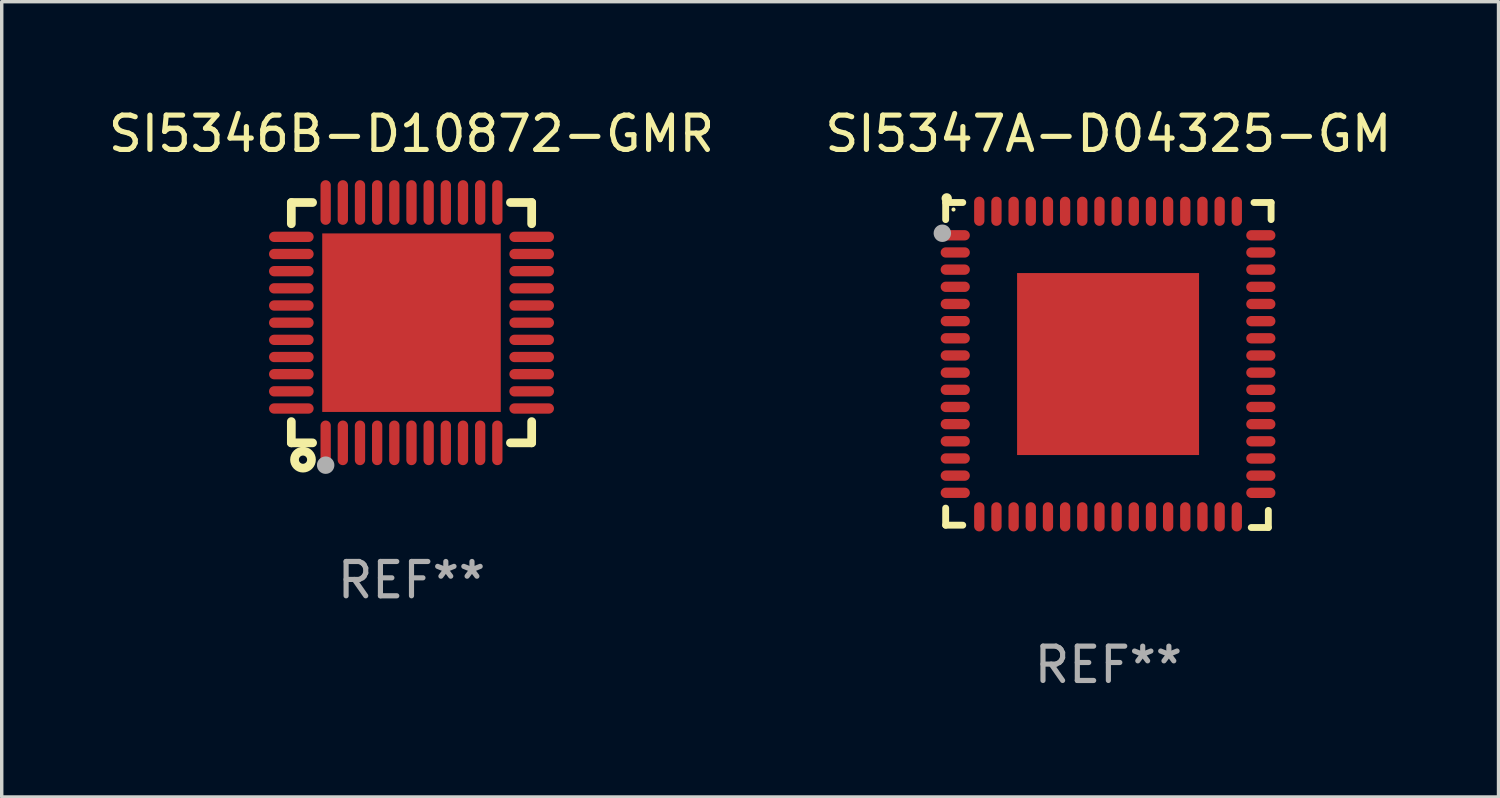
<source format=kicad_pcb>
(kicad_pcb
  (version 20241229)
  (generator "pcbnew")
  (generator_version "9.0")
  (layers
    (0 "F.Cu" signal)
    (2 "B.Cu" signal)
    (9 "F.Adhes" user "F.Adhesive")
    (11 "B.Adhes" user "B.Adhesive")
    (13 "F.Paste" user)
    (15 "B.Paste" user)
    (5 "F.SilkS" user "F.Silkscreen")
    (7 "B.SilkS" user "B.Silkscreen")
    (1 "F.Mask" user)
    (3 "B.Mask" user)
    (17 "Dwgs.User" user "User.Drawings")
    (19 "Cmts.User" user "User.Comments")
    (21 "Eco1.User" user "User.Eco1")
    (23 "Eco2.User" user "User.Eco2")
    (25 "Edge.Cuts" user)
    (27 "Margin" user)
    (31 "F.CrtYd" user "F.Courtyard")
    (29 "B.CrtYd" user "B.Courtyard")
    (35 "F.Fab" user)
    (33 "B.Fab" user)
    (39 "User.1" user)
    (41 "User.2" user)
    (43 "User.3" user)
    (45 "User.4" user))
  (footprint "SI5346B-D10872-GMR"
    (layer "F.Cu")
    (at 8.935 6.348)
    (property "Reference" "SI5346B-D10872-GMR" (at 0 -5.5 0) (layer "F.SilkS") (effects (font (size 1 1) (thickness 0.15))))
    (attr through_hole)
    (fp_line (start -3.5 -3.5) (end -2.881 -3.5) (stroke (width 0.254) (type solid)) (layer "F.SilkS"))
    (fp_line (start -3.5 -2.881) (end -3.5 -3.5) (stroke (width 0.254) (type solid)) (layer "F.SilkS"))
    (fp_line (start -3.5 3.5) (end -3.5 2.881) (stroke (width 0.254) (type solid)) (layer "F.SilkS"))
    (fp_line (start -2.881 3.5) (end -3.5 3.5) (stroke (width 0.254) (type solid)) (layer "F.SilkS"))
    (fp_line (start 2.881 -3.5) (end 3.5 -3.5) (stroke (width 0.254) (type solid)) (layer "F.SilkS"))
    (fp_line (start 3.5 -3.5) (end 3.5 -2.881) (stroke (width 0.254) (type solid)) (layer "F.SilkS"))
    (fp_line (start 3.5 2.881) (end 3.5 3.5) (stroke (width 0.254) (type solid)) (layer "F.SilkS"))
    (fp_line (start 3.5 3.5) (end 2.881 3.5) (stroke (width 0.254) (type solid)) (layer "F.SilkS"))
    (fp_circle (center -3.5 3.5) (end -3.47 3.5) (stroke (width 0.06) (type solid)) (fill no) (layer "F.SilkS"))
    (fp_circle (center -3.16 3.99) (end -3.04 3.99) (stroke (width 0.254) (type solid)) (fill no) (layer "F.SilkS"))
    (fp_circle (center -2.5 4.15) (end -2.373 4.15) (stroke (width 0.254) (type solid)) (fill no) (layer "F.Fab"))
    (fp_text user "REF**" (at 0 7.5 0) (layer "F.Fab") (effects (font (size 1 1) (thickness 0.15))))
    (pad "1" smd oval (at -2.5 3.5 90) (size 1.3 0.3) (layers "F.Cu" "F.Mask" "F.Paste"))
    (pad "2" smd oval (at -2 3.5 90) (size 1.3 0.3) (layers "F.Cu" "F.Mask" "F.Paste"))
    (pad "3" smd oval (at -1.5 3.5 90) (size 1.3 0.3) (layers "F.Cu" "F.Mask" "F.Paste"))
    (pad "4" smd oval (at -1 3.5 90) (size 1.3 0.3) (layers "F.Cu" "F.Mask" "F.Paste"))
    (pad "5" smd oval (at -0.5 3.5 90) (size 1.3 0.3) (layers "F.Cu" "F.Mask" "F.Paste"))
    (pad "6" smd oval (at -0.000127 3.5 90) (size 1.3 0.3) (layers "F.Cu" "F.Mask" "F.Paste"))
    (pad "7" smd oval (at 0.5 3.5 90) (size 1.3 0.3) (layers "F.Cu" "F.Mask" "F.Paste"))
    (pad "8" smd oval (at 1 3.5 90) (size 1.3 0.3) (layers "F.Cu" "F.Mask" "F.Paste"))
    (pad "9" smd oval (at 1.5 3.5 90) (size 1.3 0.3) (layers "F.Cu" "F.Mask" "F.Paste"))
    (pad "10" smd oval (at 2 3.5 90) (size 1.3 0.3) (layers "F.Cu" "F.Mask" "F.Paste"))
    (pad "11" smd oval (at 2.5 3.5 90) (size 1.3 0.3) (layers "F.Cu" "F.Mask" "F.Paste"))
    (pad "12" smd oval (at 3.5 2.5 90) (size 0.3 1.3) (layers "F.Cu" "F.Mask" "F.Paste"))
    (pad "13" smd oval (at 3.5 2 90) (size 0.3 1.3) (layers "F.Cu" "F.Mask" "F.Paste"))
    (pad "14" smd oval (at 3.5 1.5 90) (size 0.3 1.3) (layers "F.Cu" "F.Mask" "F.Paste"))
    (pad "15" smd oval (at 3.5 1 90) (size 0.3 1.3) (layers "F.Cu" "F.Mask" "F.Paste"))
    (pad "16" smd oval (at 3.5 0.5 90) (size 0.3 1.3) (layers "F.Cu" "F.Mask" "F.Paste"))
    (pad "17" smd oval (at 3.5 0.000127 90) (size 0.3 1.3) (layers "F.Cu" "F.Mask" "F.Paste"))
    (pad "18" smd oval (at 3.5 -0.5 90) (size 0.3 1.3) (layers "F.Cu" "F.Mask" "F.Paste"))
    (pad "19" smd oval (at 3.5 -1 90) (size 0.3 1.3) (layers "F.Cu" "F.Mask" "F.Paste"))
    (pad "20" smd oval (at 3.5 -1.5 90) (size 0.3 1.3) (layers "F.Cu" "F.Mask" "F.Paste"))
    (pad "21" smd oval (at 3.5 -2 90) (size 0.3 1.3) (layers "F.Cu" "F.Mask" "F.Paste"))
    (pad "22" smd oval (at 3.5 -2.5 90) (size 0.3 1.3) (layers "F.Cu" "F.Mask" "F.Paste"))
    (pad "23" smd oval (at 2.5 -3.5 90) (size 1.3 0.3) (layers "F.Cu" "F.Mask" "F.Paste"))
    (pad "24" smd oval (at 2 -3.5 90) (size 1.3 0.3) (layers "F.Cu" "F.Mask" "F.Paste"))
    (pad "25" smd oval (at 1.5 -3.5 90) (size 1.3 0.3) (layers "F.Cu" "F.Mask" "F.Paste"))
    (pad "26" smd oval (at 1 -3.5 90) (size 1.3 0.3) (layers "F.Cu" "F.Mask" "F.Paste"))
    (pad "27" smd oval (at 0.5 -3.5 90) (size 1.3 0.3) (layers "F.Cu" "F.Mask" "F.Paste"))
    (pad "28" smd oval (at -0.000127 -3.5 90) (size 1.3 0.3) (layers "F.Cu" "F.Mask" "F.Paste"))
    (pad "29" smd oval (at -0.5 -3.5 90) (size 1.3 0.3) (layers "F.Cu" "F.Mask" "F.Paste"))
    (pad "30" smd oval (at -1 -3.5 90) (size 1.3 0.3) (layers "F.Cu" "F.Mask" "F.Paste"))
    (pad "31" smd oval (at -1.5 -3.5 90) (size 1.3 0.3) (layers "F.Cu" "F.Mask" "F.Paste"))
    (pad "32" smd oval (at -2 -3.5 90) (size 1.3 0.3) (layers "F.Cu" "F.Mask" "F.Paste"))
    (pad "33" smd oval (at -2.5 -3.5 90) (size 1.3 0.3) (layers "F.Cu" "F.Mask" "F.Paste"))
    (pad "34" smd oval (at -3.5 -2.5 90) (size 0.3 1.3) (layers "F.Cu" "F.Mask" "F.Paste"))
    (pad "35" smd oval (at -3.5 -2 90) (size 0.3 1.3) (layers "F.Cu" "F.Mask" "F.Paste"))
    (pad "36" smd oval (at -3.5 -1.5 90) (size 0.3 1.3) (layers "F.Cu" "F.Mask" "F.Paste"))
    (pad "37" smd oval (at -3.5 -1 90) (size 0.3 1.3) (layers "F.Cu" "F.Mask" "F.Paste"))
    (pad "38" smd oval (at -3.5 -0.5 90) (size 0.3 1.3) (layers "F.Cu" "F.Mask" "F.Paste"))
    (pad "39" smd oval (at -3.5 0.000127 90) (size 0.3 1.3) (layers "F.Cu" "F.Mask" "F.Paste"))
    (pad "40" smd oval (at -3.5 0.5 90) (size 0.3 1.3) (layers "F.Cu" "F.Mask" "F.Paste"))
    (pad "41" smd oval (at -3.5 1 90) (size 0.3 1.3) (layers "F.Cu" "F.Mask" "F.Paste"))
    (pad "42" smd oval (at -3.5 1.5 90) (size 0.3 1.3) (layers "F.Cu" "F.Mask" "F.Paste"))
    (pad "43" smd oval (at -3.5 2 90) (size 0.3 1.3) (layers "F.Cu" "F.Mask" "F.Paste"))
    (pad "44" smd oval (at -3.5 2.5 90) (size 0.3 1.3) (layers "F.Cu" "F.Mask" "F.Paste"))
    (pad "45" smd rect (at -0.000127 0.000127 90) (size 5.2 5.2) (layers "F.Cu" "F.Mask" "F.Paste")))
  (footprint "SI5347A-D04325-GM"
    (layer "F.Cu")
    (at 29.232 7.581)
    (property "Reference" "SI5347A-D04325-GM" (at 0 -6.733 0) (layer "F.SilkS") (effects (font (size 1 1) (thickness 0.15))))
    (attr through_hole)
    (fp_line (start -4.739 -4.733) (end -4.241 -4.733) (stroke (width 0.2) (type solid)) (layer "F.SilkS"))
    (fp_line (start -4.739 -4.235) (end -4.739 -4.733) (stroke (width 0.2) (type solid)) (layer "F.SilkS"))
    (fp_line (start -4.739 4.168) (end -4.739 4.665) (stroke (width 0.2) (type solid)) (layer "F.SilkS"))
    (fp_line (start -4.739 4.665) (end -4.241 4.665) (stroke (width 0.2) (type solid)) (layer "F.SilkS"))
    (fp_line (start 4.161 4.733) (end 4.659 4.733) (stroke (width 0.2) (type solid)) (layer "F.SilkS"))
    (fp_line (start 4.241 -4.733) (end 4.739 -4.733) (stroke (width 0.2) (type solid)) (layer "F.SilkS"))
    (fp_line (start 4.659 4.733) (end 4.659 4.235) (stroke (width 0.2) (type solid)) (layer "F.SilkS"))
    (fp_line (start 4.739 -4.733) (end 4.739 -4.235) (stroke (width 0.2) (type solid)) (layer "F.SilkS"))
    (fp_arc (start -4.708623 -4.85108) (mid -4.708628 -4.85235) (end -4.708623 -4.85362) (stroke (width 0.3) (type solid)) (layer "F.SilkS"))
    (fp_circle (center -4.511 -4.529) (end -4.481 -4.529) (stroke (width 0.06) (type solid)) (fill no) (layer "F.SilkS"))
    (fp_circle (center -4.836 -3.838) (end -4.709 -3.838) (stroke (width 0.254) (type solid)) (fill no) (layer "F.Fab"))
    (fp_text user "REF**" (at 0 8.733 0) (layer "F.Fab") (effects (font (size 1 1) (thickness 0.15))))
    (pad "1" smd oval (at -4.46 -3.778) (size 0.85 0.3) (layers "F.Cu" "F.Mask" "F.Paste"))
    (pad "2" smd oval (at -4.46 -3.278) (size 0.85 0.3) (layers "F.Cu" "F.Mask" "F.Paste"))
    (pad "3" smd oval (at -4.46 -2.778) (size 0.85 0.3) (layers "F.Cu" "F.Mask" "F.Paste"))
    (pad "4" smd oval (at -4.46 -2.278) (size 0.85 0.3) (layers "F.Cu" "F.Mask" "F.Paste"))
    (pad "5" smd oval (at -4.46 -1.778) (size 0.85 0.3) (layers "F.Cu" "F.Mask" "F.Paste"))
    (pad "6" smd oval (at -4.46 -1.278) (size 0.85 0.3) (layers "F.Cu" "F.Mask" "F.Paste"))
    (pad "7" smd oval (at -4.46 -0.778) (size 0.85 0.3) (layers "F.Cu" "F.Mask" "F.Paste"))
    (pad "8" smd oval (at -4.46 -0.278) (size 0.85 0.3) (layers "F.Cu" "F.Mask" "F.Paste"))
    (pad "9" smd oval (at -4.46 0.222) (size 0.85 0.3) (layers "F.Cu" "F.Mask" "F.Paste"))
    (pad "10" smd oval (at -4.46 0.722) (size 0.85 0.3) (layers "F.Cu" "F.Mask" "F.Paste"))
    (pad "11" smd oval (at -4.46 1.222) (size 0.85 0.3) (layers "F.Cu" "F.Mask" "F.Paste"))
    (pad "12" smd oval (at -4.46 1.722) (size 0.85 0.3) (layers "F.Cu" "F.Mask" "F.Paste"))
    (pad "13" smd oval (at -4.46 2.222) (size 0.85 0.3) (layers "F.Cu" "F.Mask" "F.Paste"))
    (pad "14" smd oval (at -4.46 2.722) (size 0.85 0.3) (layers "F.Cu" "F.Mask" "F.Paste"))
    (pad "15" smd oval (at -4.46 3.222) (size 0.85 0.3) (layers "F.Cu" "F.Mask" "F.Paste"))
    (pad "16" smd oval (at -4.46 3.722) (size 0.85 0.3) (layers "F.Cu" "F.Mask" "F.Paste"))
    (pad "17" smd oval (at -3.76 4.422) (size 0.3 0.85) (layers "F.Cu" "F.Mask" "F.Paste"))
    (pad "18" smd oval (at -3.26 4.422) (size 0.3 0.85) (layers "F.Cu" "F.Mask" "F.Paste"))
    (pad "19" smd oval (at -2.76 4.422) (size 0.3 0.85) (layers "F.Cu" "F.Mask" "F.Paste"))
    (pad "20" smd oval (at -2.26 4.422) (size 0.3 0.85) (layers "F.Cu" "F.Mask" "F.Paste"))
    (pad "21" smd oval (at -1.76 4.422) (size 0.3 0.85) (layers "F.Cu" "F.Mask" "F.Paste"))
    (pad "22" smd oval (at -1.26 4.422) (size 0.3 0.85) (layers "F.Cu" "F.Mask" "F.Paste"))
    (pad "23" smd oval (at -0.76 4.422) (size 0.3 0.85) (layers "F.Cu" "F.Mask" "F.Paste"))
    (pad "24" smd oval (at -0.26 4.422) (size 0.3 0.85) (layers "F.Cu" "F.Mask" "F.Paste"))
    (pad "25" smd oval (at 0.24 4.422) (size 0.3 0.85) (layers "F.Cu" "F.Mask" "F.Paste"))
    (pad "26" smd oval (at 0.74 4.422) (size 0.3 0.85) (layers "F.Cu" "F.Mask" "F.Paste"))
    (pad "27" smd oval (at 1.24 4.422) (size 0.3 0.85) (layers "F.Cu" "F.Mask" "F.Paste"))
    (pad "28" smd oval (at 1.74 4.422) (size 0.3 0.85) (layers "F.Cu" "F.Mask" "F.Paste"))
    (pad "29" smd oval (at 2.24 4.422) (size 0.3 0.85) (layers "F.Cu" "F.Mask" "F.Paste"))
    (pad "30" smd oval (at 2.74 4.422) (size 0.3 0.85) (layers "F.Cu" "F.Mask" "F.Paste"))
    (pad "31" smd oval (at 3.24 4.422) (size 0.3 0.85) (layers "F.Cu" "F.Mask" "F.Paste"))
    (pad "32" smd oval (at 3.74 4.422) (size 0.3 0.85) (layers "F.Cu" "F.Mask" "F.Paste"))
    (pad "33" smd oval (at 4.44 3.723) (size 0.85 0.3) (layers "F.Cu" "F.Mask" "F.Paste"))
    (pad "34" smd oval (at 4.44 3.222) (size 0.85 0.3) (layers "F.Cu" "F.Mask" "F.Paste"))
    (pad "35" smd oval (at 4.44 2.723) (size 0.85 0.3) (layers "F.Cu" "F.Mask" "F.Paste"))
    (pad "36" smd oval (at 4.44 2.222) (size 0.85 0.3) (layers "F.Cu" "F.Mask" "F.Paste"))
    (pad "37" smd oval (at 4.44 1.723) (size 0.85 0.3) (layers "F.Cu" "F.Mask" "F.Paste"))
    (pad "38" smd oval (at 4.44 1.222) (size 0.85 0.3) (layers "F.Cu" "F.Mask" "F.Paste"))
    (pad "39" smd oval (at 4.44 0.723) (size 0.85 0.3) (layers "F.Cu" "F.Mask" "F.Paste"))
    (pad "40" smd oval (at 4.44 0.222) (size 0.85 0.3) (layers "F.Cu" "F.Mask" "F.Paste"))
    (pad "41" smd oval (at 4.44 -0.277) (size 0.85 0.3) (layers "F.Cu" "F.Mask" "F.Paste"))
    (pad "42" smd oval (at 4.44 -0.778) (size 0.85 0.3) (layers "F.Cu" "F.Mask" "F.Paste"))
    (pad "43" smd oval (at 4.44 -1.277) (size 0.85 0.3) (layers "F.Cu" "F.Mask" "F.Paste"))
    (pad "44" smd oval (at 4.44 -1.778) (size 0.85 0.3) (layers "F.Cu" "F.Mask" "F.Paste"))
    (pad "45" smd oval (at 4.44 -2.277) (size 0.85 0.3) (layers "F.Cu" "F.Mask" "F.Paste"))
    (pad "46" smd oval (at 4.44 -2.778) (size 0.85 0.3) (layers "F.Cu" "F.Mask" "F.Paste"))
    (pad "47" smd oval (at 4.44 -3.277) (size 0.85 0.3) (layers "F.Cu" "F.Mask" "F.Paste"))
    (pad "48" smd oval (at 4.44 -3.778) (size 0.85 0.3) (layers "F.Cu" "F.Mask" "F.Paste"))
    (pad "49" smd oval (at 3.74 -4.478) (size 0.3 0.85) (layers "F.Cu" "F.Mask" "F.Paste"))
    (pad "50" smd oval (at 3.24 -4.478) (size 0.3 0.85) (layers "F.Cu" "F.Mask" "F.Paste"))
    (pad "51" smd oval (at 2.74 -4.478) (size 0.3 0.85) (layers "F.Cu" "F.Mask" "F.Paste"))
    (pad "52" smd oval (at 2.24 -4.478) (size 0.3 0.85) (layers "F.Cu" "F.Mask" "F.Paste"))
    (pad "53" smd oval (at 1.74 -4.478) (size 0.3 0.85) (layers "F.Cu" "F.Mask" "F.Paste"))
    (pad "54" smd oval (at 1.24 -4.478) (size 0.3 0.85) (layers "F.Cu" "F.Mask" "F.Paste"))
    (pad "55" smd oval (at 0.74 -4.478) (size 0.3 0.85) (layers "F.Cu" "F.Mask" "F.Paste"))
    (pad "56" smd oval (at 0.24 -4.478) (size 0.3 0.85) (layers "F.Cu" "F.Mask" "F.Paste"))
    (pad "57" smd oval (at -0.26 -4.478) (size 0.3 0.85) (layers "F.Cu" "F.Mask" "F.Paste"))
    (pad "58" smd oval (at -0.76 -4.478) (size 0.3 0.85) (layers "F.Cu" "F.Mask" "F.Paste"))
    (pad "59" smd oval (at -1.26 -4.478) (size 0.3 0.85) (layers "F.Cu" "F.Mask" "F.Paste"))
    (pad "60" smd oval (at -1.76 -4.478) (size 0.3 0.85) (layers "F.Cu" "F.Mask" "F.Paste"))
    (pad "61" smd oval (at -2.26 -4.478) (size 0.3 0.85) (layers "F.Cu" "F.Mask" "F.Paste"))
    (pad "62" smd oval (at -2.76 -4.478) (size 0.3 0.85) (layers "F.Cu" "F.Mask" "F.Paste"))
    (pad "63" smd oval (at -3.26 -4.478) (size 0.3 0.85) (layers "F.Cu" "F.Mask" "F.Paste"))
    (pad "64" smd oval (at -3.76 -4.478) (size 0.3 0.85) (layers "F.Cu" "F.Mask" "F.Paste"))
    (pad "65" smd rect (at -0.009 -0.028 90) (size 5.3 5.3) (layers "F.Cu" "F.Mask" "F.Paste")))
  (gr_rect
    (start -3 -3)
    (end 40.595 20.162)
    (stroke (width 0.1) (type default))
    (fill no)
    (layer "Edge.Cuts")))
</source>
